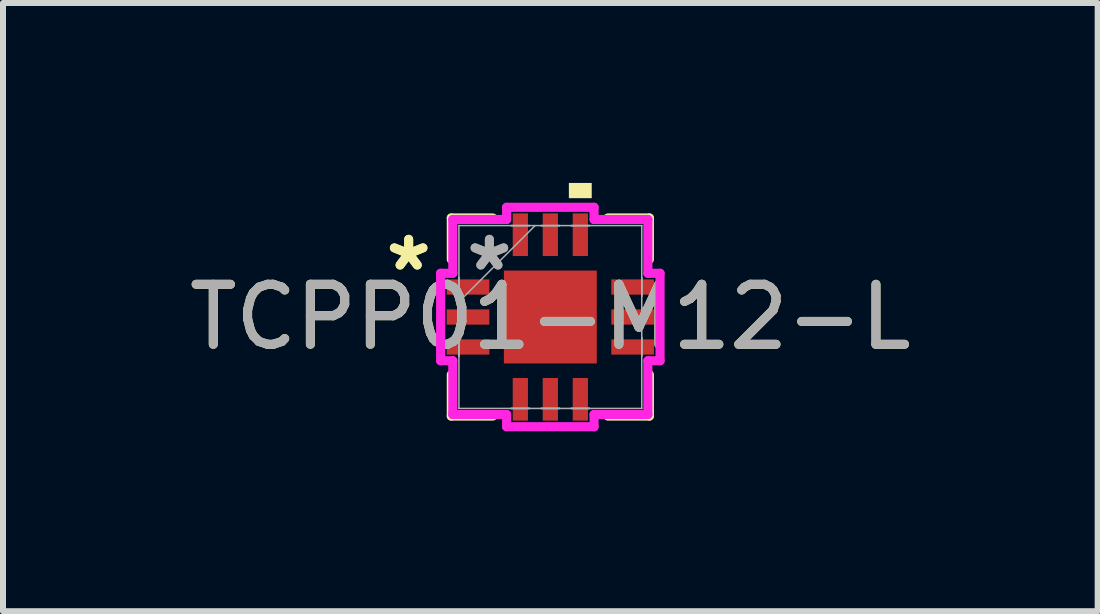
<source format=kicad_pcb>
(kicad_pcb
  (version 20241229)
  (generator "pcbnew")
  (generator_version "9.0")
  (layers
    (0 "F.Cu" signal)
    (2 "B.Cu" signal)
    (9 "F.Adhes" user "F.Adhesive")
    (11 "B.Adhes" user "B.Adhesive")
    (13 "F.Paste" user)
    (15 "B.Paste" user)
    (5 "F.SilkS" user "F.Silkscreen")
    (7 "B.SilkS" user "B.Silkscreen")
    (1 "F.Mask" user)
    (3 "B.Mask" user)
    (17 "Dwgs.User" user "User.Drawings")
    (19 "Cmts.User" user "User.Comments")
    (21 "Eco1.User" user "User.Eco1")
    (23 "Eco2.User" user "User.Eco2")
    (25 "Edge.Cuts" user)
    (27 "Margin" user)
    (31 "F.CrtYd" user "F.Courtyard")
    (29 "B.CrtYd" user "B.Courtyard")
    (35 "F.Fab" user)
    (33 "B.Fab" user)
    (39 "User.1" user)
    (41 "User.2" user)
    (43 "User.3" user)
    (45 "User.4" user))
  (footprint "TCPP01-M12-L"
    (layer "F.Cu")
    (at 6.125 2.235)
    (property "Reference" "TCPP01-M12-L" (at 0 0 0) (unlocked yes) (layer "F.SilkS") (effects (font (size 1 1) (thickness 0.15))))
    (attr smd)
    (fp_line (start -1.651 -1.651) (end -1.651 -0.96) (stroke (width 0.152) (type solid)) (layer "F.SilkS"))
    (fp_line (start -1.651 0.96) (end -1.651 1.651) (stroke (width 0.152) (type solid)) (layer "F.SilkS"))
    (fp_line (start -1.651 1.651) (end -0.96 1.651) (stroke (width 0.152) (type solid)) (layer "F.SilkS"))
    (fp_line (start -0.96 -1.651) (end -1.651 -1.651) (stroke (width 0.152) (type solid)) (layer "F.SilkS"))
    (fp_line (start 0.96 1.651) (end 1.651 1.651) (stroke (width 0.152) (type solid)) (layer "F.SilkS"))
    (fp_line (start 1.651 -1.651) (end 0.96 -1.651) (stroke (width 0.152) (type solid)) (layer "F.SilkS"))
    (fp_line (start 1.651 -0.96) (end 1.651 -1.651) (stroke (width 0.152) (type solid)) (layer "F.SilkS"))
    (fp_line (start 1.651 1.651) (end 1.651 0.96) (stroke (width 0.152) (type solid)) (layer "F.SilkS"))
    (fp_poly (pts (xy 0.309 -1.981) (xy 0.309 -2.235) (xy 0.69 -2.235) (xy 0.69 -1.981)) (stroke (width 0) (type solid)) (fill yes) (layer "F.SilkS"))
    (fp_line (start -1.829 -0.729) (end -1.626 -0.729) (stroke (width 0.152) (type solid)) (layer "F.CrtYd"))
    (fp_line (start -1.829 0.729) (end -1.829 -0.729) (stroke (width 0.152) (type solid)) (layer "F.CrtYd"))
    (fp_line (start -1.626 -1.626) (end -0.729 -1.626) (stroke (width 0.152) (type solid)) (layer "F.CrtYd"))
    (fp_line (start -1.626 -0.729) (end -1.626 -1.626) (stroke (width 0.152) (type solid)) (layer "F.CrtYd"))
    (fp_line (start -1.626 0.729) (end -1.829 0.729) (stroke (width 0.152) (type solid)) (layer "F.CrtYd"))
    (fp_line (start -1.626 1.626) (end -1.626 0.729) (stroke (width 0.152) (type solid)) (layer "F.CrtYd"))
    (fp_line (start -0.729 -1.829) (end 0.729 -1.829) (stroke (width 0.152) (type solid)) (layer "F.CrtYd"))
    (fp_line (start -0.729 -1.626) (end -0.729 -1.829) (stroke (width 0.152) (type solid)) (layer "F.CrtYd"))
    (fp_line (start -0.729 1.626) (end -1.626 1.626) (stroke (width 0.152) (type solid)) (layer "F.CrtYd"))
    (fp_line (start -0.729 1.829) (end -0.729 1.626) (stroke (width 0.152) (type solid)) (layer "F.CrtYd"))
    (fp_line (start 0.729 -1.829) (end 0.729 -1.626) (stroke (width 0.152) (type solid)) (layer "F.CrtYd"))
    (fp_line (start 0.729 -1.626) (end 1.626 -1.626) (stroke (width 0.152) (type solid)) (layer "F.CrtYd"))
    (fp_line (start 0.729 1.626) (end 0.729 1.829) (stroke (width 0.152) (type solid)) (layer "F.CrtYd"))
    (fp_line (start 0.729 1.829) (end -0.729 1.829) (stroke (width 0.152) (type solid)) (layer "F.CrtYd"))
    (fp_line (start 1.626 -1.626) (end 1.626 -0.729) (stroke (width 0.152) (type solid)) (layer "F.CrtYd"))
    (fp_line (start 1.626 -0.729) (end 1.829 -0.729) (stroke (width 0.152) (type solid)) (layer "F.CrtYd"))
    (fp_line (start 1.626 0.729) (end 1.626 1.626) (stroke (width 0.152) (type solid)) (layer "F.CrtYd"))
    (fp_line (start 1.626 1.626) (end 0.729 1.626) (stroke (width 0.152) (type solid)) (layer "F.CrtYd"))
    (fp_line (start 1.829 -0.729) (end 1.829 0.729) (stroke (width 0.152) (type solid)) (layer "F.CrtYd"))
    (fp_line (start 1.829 0.729) (end 1.626 0.729) (stroke (width 0.152) (type solid)) (layer "F.CrtYd"))
    (fp_line (start -1.524 -1.524) (end -1.524 -1.524) (stroke (width 0.025) (type solid)) (layer "F.Fab"))
    (fp_line (start -1.524 -1.524) (end -1.524 1.524) (stroke (width 0.025) (type solid)) (layer "F.Fab"))
    (fp_line (start -1.524 -0.652) (end -1.524 -0.652) (stroke (width 0.025) (type solid)) (layer "F.Fab"))
    (fp_line (start -1.524 -0.652) (end -1.524 -0.348) (stroke (width 0.025) (type solid)) (layer "F.Fab"))
    (fp_line (start -1.524 -0.348) (end -1.524 -0.652) (stroke (width 0.025) (type solid)) (layer "F.Fab"))
    (fp_line (start -1.524 -0.348) (end -1.524 -0.348) (stroke (width 0.025) (type solid)) (layer "F.Fab"))
    (fp_line (start -1.524 -0.254) (end -0.254 -1.524) (stroke (width 0.025) (type solid)) (layer "F.Fab"))
    (fp_line (start -1.524 -0.152) (end -1.524 -0.152) (stroke (width 0.025) (type solid)) (layer "F.Fab"))
    (fp_line (start -1.524 -0.152) (end -1.524 0.152) (stroke (width 0.025) (type solid)) (layer "F.Fab"))
    (fp_line (start -1.524 0.152) (end -1.524 -0.152) (stroke (width 0.025) (type solid)) (layer "F.Fab"))
    (fp_line (start -1.524 0.152) (end -1.524 0.152) (stroke (width 0.025) (type solid)) (layer "F.Fab"))
    (fp_line (start -1.524 0.348) (end -1.524 0.348) (stroke (width 0.025) (type solid)) (layer "F.Fab"))
    (fp_line (start -1.524 0.348) (end -1.524 0.652) (stroke (width 0.025) (type solid)) (layer "F.Fab"))
    (fp_line (start -1.524 0.652) (end -1.524 0.348) (stroke (width 0.025) (type solid)) (layer "F.Fab"))
    (fp_line (start -1.524 0.652) (end -1.524 0.652) (stroke (width 0.025) (type solid)) (layer "F.Fab"))
    (fp_line (start -1.524 1.524) (end -1.524 1.524) (stroke (width 0.025) (type solid)) (layer "F.Fab"))
    (fp_line (start -1.524 1.524) (end 1.524 1.524) (stroke (width 0.025) (type solid)) (layer "F.Fab"))
    (fp_line (start -0.652 -1.524) (end -0.652 -1.524) (stroke (width 0.025) (type solid)) (layer "F.Fab"))
    (fp_line (start -0.652 -1.524) (end -0.348 -1.524) (stroke (width 0.025) (type solid)) (layer "F.Fab"))
    (fp_line (start -0.652 1.524) (end -0.652 1.524) (stroke (width 0.025) (type solid)) (layer "F.Fab"))
    (fp_line (start -0.652 1.524) (end -0.348 1.524) (stroke (width 0.025) (type solid)) (layer "F.Fab"))
    (fp_line (start -0.348 -1.524) (end -0.652 -1.524) (stroke (width 0.025) (type solid)) (layer "F.Fab"))
    (fp_line (start -0.348 -1.524) (end -0.348 -1.524) (stroke (width 0.025) (type solid)) (layer "F.Fab"))
    (fp_line (start -0.348 1.524) (end -0.652 1.524) (stroke (width 0.025) (type solid)) (layer "F.Fab"))
    (fp_line (start -0.348 1.524) (end -0.348 1.524) (stroke (width 0.025) (type solid)) (layer "F.Fab"))
    (fp_line (start -0.152 -1.524) (end -0.152 -1.524) (stroke (width 0.025) (type solid)) (layer "F.Fab"))
    (fp_line (start -0.152 -1.524) (end 0.152 -1.524) (stroke (width 0.025) (type solid)) (layer "F.Fab"))
    (fp_line (start -0.152 1.524) (end -0.152 1.524) (stroke (width 0.025) (type solid)) (layer "F.Fab"))
    (fp_line (start -0.152 1.524) (end 0.152 1.524) (stroke (width 0.025) (type solid)) (layer "F.Fab"))
    (fp_line (start 0.152 -1.524) (end -0.152 -1.524) (stroke (width 0.025) (type solid)) (layer "F.Fab"))
    (fp_line (start 0.152 -1.524) (end 0.152 -1.524) (stroke (width 0.025) (type solid)) (layer "F.Fab"))
    (fp_line (start 0.152 1.524) (end -0.152 1.524) (stroke (width 0.025) (type solid)) (layer "F.Fab"))
    (fp_line (start 0.152 1.524) (end 0.152 1.524) (stroke (width 0.025) (type solid)) (layer "F.Fab"))
    (fp_line (start 0.348 -1.524) (end 0.348 -1.524) (stroke (width 0.025) (type solid)) (layer "F.Fab"))
    (fp_line (start 0.348 -1.524) (end 0.652 -1.524) (stroke (width 0.025) (type solid)) (layer "F.Fab"))
    (fp_line (start 0.348 1.524) (end 0.348 1.524) (stroke (width 0.025) (type solid)) (layer "F.Fab"))
    (fp_line (start 0.348 1.524) (end 0.652 1.524) (stroke (width 0.025) (type solid)) (layer "F.Fab"))
    (fp_line (start 0.652 -1.524) (end 0.348 -1.524) (stroke (width 0.025) (type solid)) (layer "F.Fab"))
    (fp_line (start 0.652 -1.524) (end 0.652 -1.524) (stroke (width 0.025) (type solid)) (layer "F.Fab"))
    (fp_line (start 0.652 1.524) (end 0.348 1.524) (stroke (width 0.025) (type solid)) (layer "F.Fab"))
    (fp_line (start 0.652 1.524) (end 0.652 1.524) (stroke (width 0.025) (type solid)) (layer "F.Fab"))
    (fp_line (start 1.524 -1.524) (end -1.524 -1.524) (stroke (width 0.025) (type solid)) (layer "F.Fab"))
    (fp_line (start 1.524 -1.524) (end 1.524 -1.524) (stroke (width 0.025) (type solid)) (layer "F.Fab"))
    (fp_line (start 1.524 -0.652) (end 1.524 -0.652) (stroke (width 0.025) (type solid)) (layer "F.Fab"))
    (fp_line (start 1.524 -0.652) (end 1.524 -0.348) (stroke (width 0.025) (type solid)) (layer "F.Fab"))
    (fp_line (start 1.524 -0.348) (end 1.524 -0.652) (stroke (width 0.025) (type solid)) (layer "F.Fab"))
    (fp_line (start 1.524 -0.348) (end 1.524 -0.348) (stroke (width 0.025) (type solid)) (layer "F.Fab"))
    (fp_line (start 1.524 -0.152) (end 1.524 -0.152) (stroke (width 0.025) (type solid)) (layer "F.Fab"))
    (fp_line (start 1.524 -0.152) (end 1.524 0.152) (stroke (width 0.025) (type solid)) (layer "F.Fab"))
    (fp_line (start 1.524 0.152) (end 1.524 -0.152) (stroke (width 0.025) (type solid)) (layer "F.Fab"))
    (fp_line (start 1.524 0.152) (end 1.524 0.152) (stroke (width 0.025) (type solid)) (layer "F.Fab"))
    (fp_line (start 1.524 0.348) (end 1.524 0.348) (stroke (width 0.025) (type solid)) (layer "F.Fab"))
    (fp_line (start 1.524 0.348) (end 1.524 0.652) (stroke (width 0.025) (type solid)) (layer "F.Fab"))
    (fp_line (start 1.524 0.652) (end 1.524 0.348) (stroke (width 0.025) (type solid)) (layer "F.Fab"))
    (fp_line (start 1.524 0.652) (end 1.524 0.652) (stroke (width 0.025) (type solid)) (layer "F.Fab"))
    (fp_line (start 1.524 1.524) (end 1.524 -1.524) (stroke (width 0.025) (type solid)) (layer "F.Fab"))
    (fp_line (start 1.524 1.524) (end 1.524 1.524) (stroke (width 0.025) (type solid)) (layer "F.Fab"))
    (fp_text user "*" (at -2.362 -0.75 0) (layer "F.SilkS") (effects (font (size 1 1) (thickness 0.15))))
    (fp_text user "*" (at -2.362 -0.75 0) (unlocked yes) (layer "F.SilkS") (effects (font (size 1 1) (thickness 0.15))))
    (fp_text user "*" (at -1.016 -0.75 0) (unlocked yes) (layer "F.Fab") (effects (font (size 1 1) (thickness 0.15))))
    (fp_text user "*" (at -1.016 -0.75 0) (layer "F.Fab") (effects (font (size 1 1) (thickness 0.15))))
    (fp_text user "${REFERENCE}" (at 0 0 0) (unlocked yes) (layer "F.Fab") (effects (font (size 1 1) (thickness 0.15))))
    (pad "1" smd rect (at -1.372 -0.5 90) (size 0.254 0.711) (layers "F.Cu" "F.Mask" "F.Paste"))
    (pad "2" smd rect (at -1.372 0 90) (size 0.254 0.711) (layers "F.Cu" "F.Mask" "F.Paste"))
    (pad "3" smd rect (at -1.372 0.5 90) (size 0.254 0.711) (layers "F.Cu" "F.Mask" "F.Paste"))
    (pad "4" smd rect (at -0.5 1.372) (size 0.254 0.711) (layers "F.Cu" "F.Mask" "F.Paste"))
    (pad "5" smd rect (at 0 1.372) (size 0.254 0.711) (layers "F.Cu" "F.Mask" "F.Paste"))
    (pad "6" smd rect (at 0.5 1.372) (size 0.254 0.711) (layers "F.Cu" "F.Mask" "F.Paste"))
    (pad "7" smd rect (at 1.372 0.5 90) (size 0.254 0.711) (layers "F.Cu" "F.Mask" "F.Paste"))
    (pad "8" smd rect (at 1.372 0 90) (size 0.254 0.711) (layers "F.Cu" "F.Mask" "F.Paste"))
    (pad "9" smd rect (at 1.372 -0.5 90) (size 0.254 0.711) (layers "F.Cu" "F.Mask" "F.Paste"))
    (pad "10" smd rect (at 0.5 -1.372) (size 0.254 0.711) (layers "F.Cu" "F.Mask" "F.Paste"))
    (pad "11" smd rect (at 0 -1.372) (size 0.254 0.711) (layers "F.Cu" "F.Mask" "F.Paste"))
    (pad "12" smd rect (at -0.5 -1.372) (size 0.254 0.711) (layers "F.Cu" "F.Mask" "F.Paste"))
    (pad "13" smd rect (at 0 0) (size 1.549 1.549) (layers "F.Cu" "F.Mask" "F.Paste")))
  (gr_rect
    (start -3 -3)
    (end 15.25 7.14)
    (stroke (width 0.1) (type default))
    (fill no)
    (layer "Edge.Cuts")))
</source>
